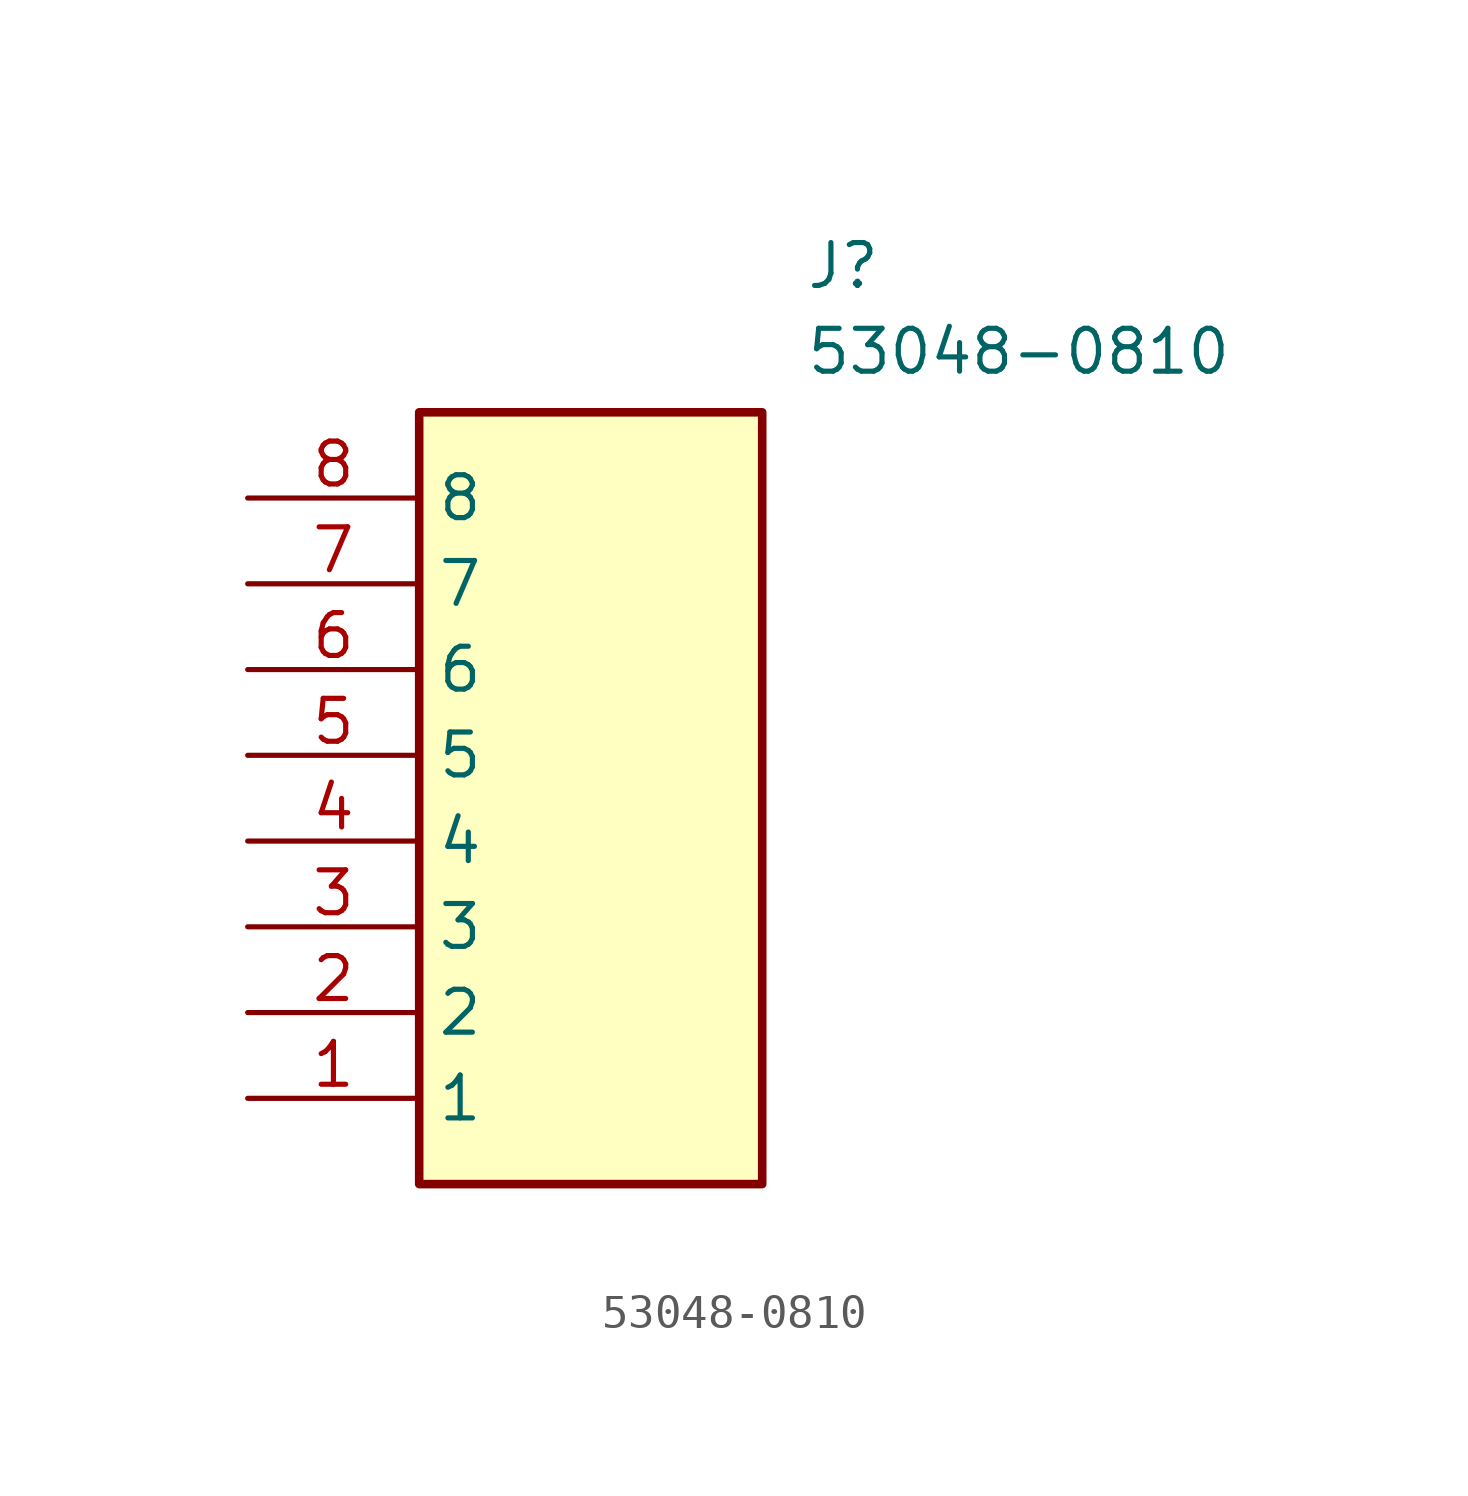
<source format=kicad_sym>
(kicad_symbol_lib
  (version 20211014)
  (generator SamacSys_ECAD_Model)
  (symbol "53048-0810"
    (property "Reference" "J"
      (at 16.51 7.62 0)
      (effects (font (size 1.27 1.27)) (justify left top)))
    (property "Value" "53048-0810"
      (at 16.51 5.08 0)
      (effects (font (size 1.27 1.27)) (justify left top)))
    (rectangle
      (start 5.08 2.54)
      (end 15.24 -20.32)
      (stroke (width 0.254) (type default))
      (fill (type background)))
    (pin passive line
      (at 0 -17.78 0)
      (length 5.08)
      (name "1" (effects (font (size 1.27 1.27))))
      (number "1" (effects (font (size 1.27 1.27)))))
    (pin passive line
      (at 0 -15.24 0)
      (length 5.08)
      (name "2" (effects (font (size 1.27 1.27))))
      (number "2" (effects (font (size 1.27 1.27)))))
    (pin passive line
      (at 0 -12.7 0)
      (length 5.08)
      (name "3" (effects (font (size 1.27 1.27))))
      (number "3" (effects (font (size 1.27 1.27)))))
    (pin passive line
      (at 0 -10.16 0)
      (length 5.08)
      (name "4" (effects (font (size 1.27 1.27))))
      (number "4" (effects (font (size 1.27 1.27)))))
    (pin passive line
      (at 0 -7.62 0)
      (length 5.08)
      (name "5" (effects (font (size 1.27 1.27))))
      (number "5" (effects (font (size 1.27 1.27)))))
    (pin passive line
      (at 0 -5.08 0)
      (length 5.08)
      (name "6" (effects (font (size 1.27 1.27))))
      (number "6" (effects (font (size 1.27 1.27)))))
    (pin passive line
      (at 0 -2.54 0)
      (length 5.08)
      (name "7" (effects (font (size 1.27 1.27))))
      (number "7" (effects (font (size 1.27 1.27)))))
    (pin passive line
      (at 0 0 0)
      (length 5.08)
      (name "8" (effects (font (size 1.27 1.27))))
      (number "8" (effects (font (size 1.27 1.27)))))))
</source>
